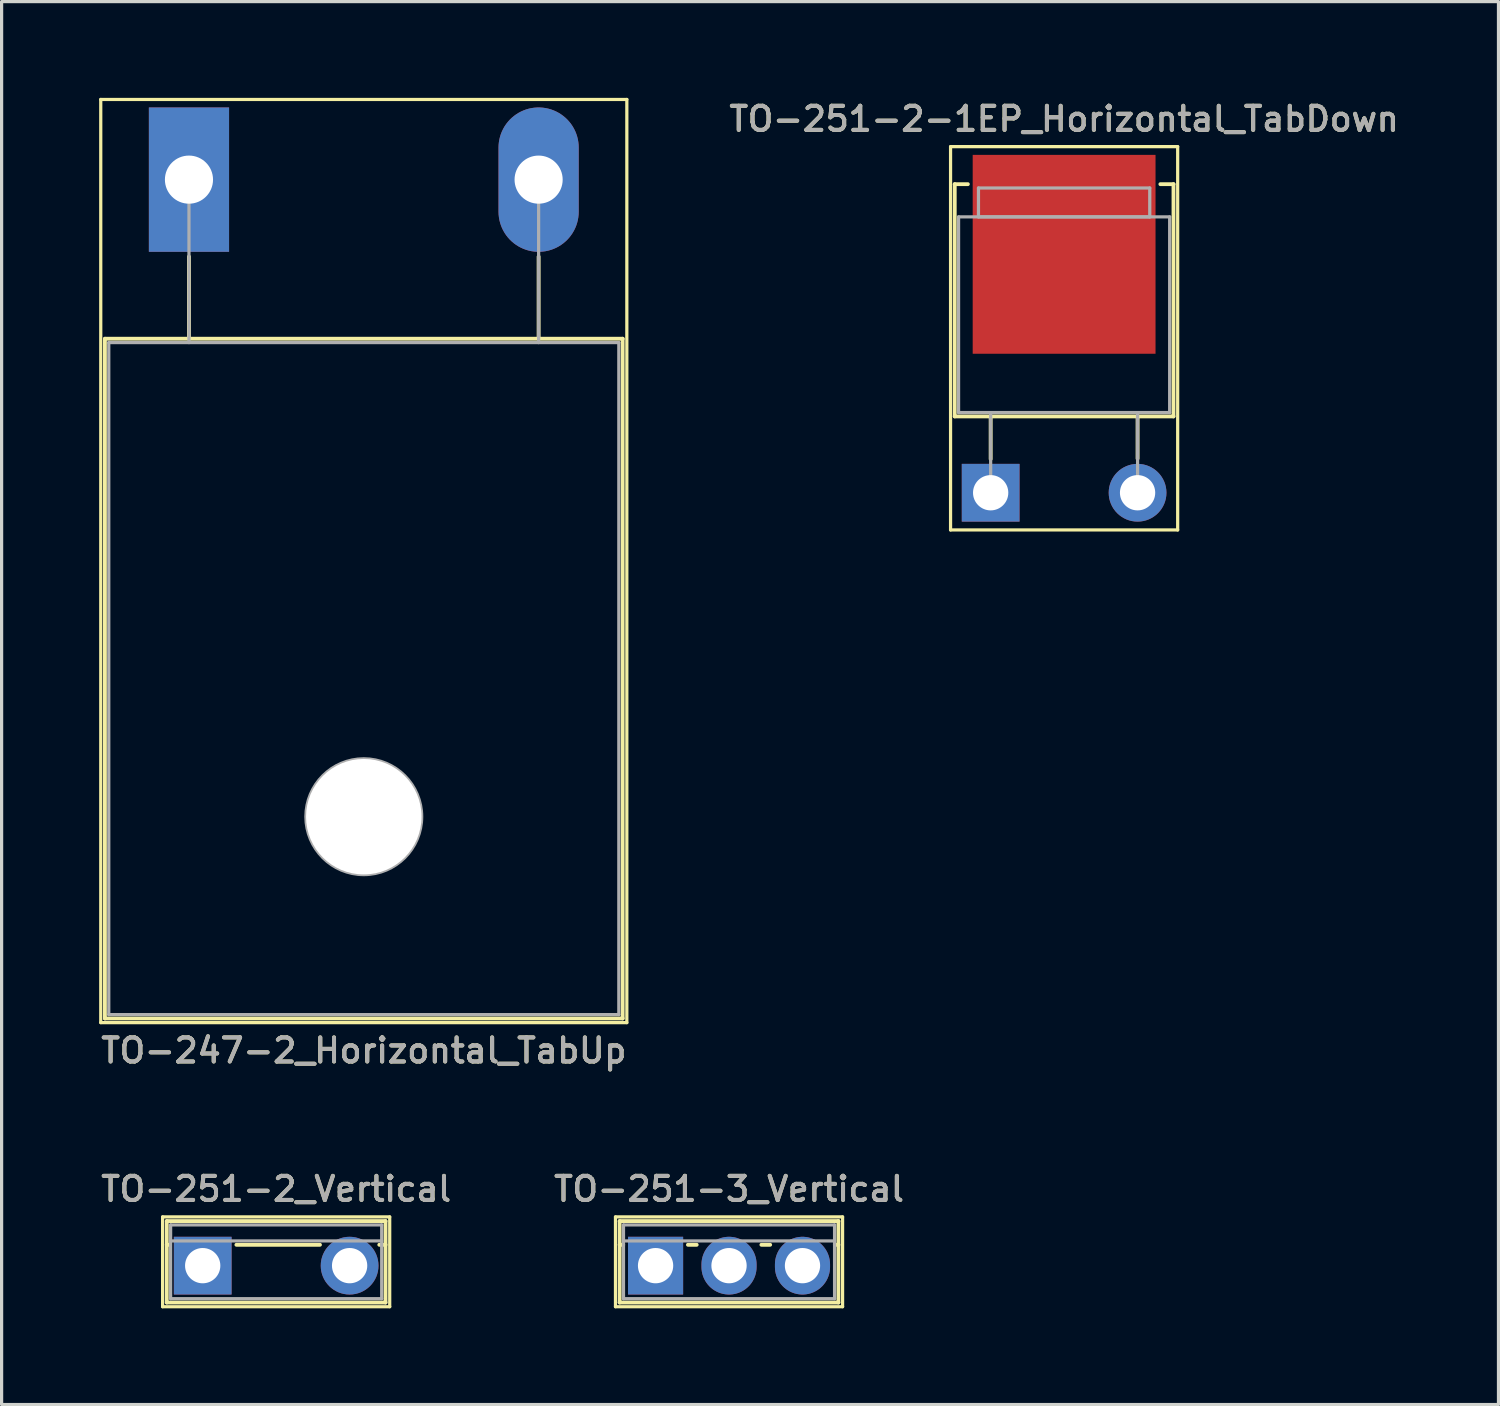
<source format=kicad_pcb>
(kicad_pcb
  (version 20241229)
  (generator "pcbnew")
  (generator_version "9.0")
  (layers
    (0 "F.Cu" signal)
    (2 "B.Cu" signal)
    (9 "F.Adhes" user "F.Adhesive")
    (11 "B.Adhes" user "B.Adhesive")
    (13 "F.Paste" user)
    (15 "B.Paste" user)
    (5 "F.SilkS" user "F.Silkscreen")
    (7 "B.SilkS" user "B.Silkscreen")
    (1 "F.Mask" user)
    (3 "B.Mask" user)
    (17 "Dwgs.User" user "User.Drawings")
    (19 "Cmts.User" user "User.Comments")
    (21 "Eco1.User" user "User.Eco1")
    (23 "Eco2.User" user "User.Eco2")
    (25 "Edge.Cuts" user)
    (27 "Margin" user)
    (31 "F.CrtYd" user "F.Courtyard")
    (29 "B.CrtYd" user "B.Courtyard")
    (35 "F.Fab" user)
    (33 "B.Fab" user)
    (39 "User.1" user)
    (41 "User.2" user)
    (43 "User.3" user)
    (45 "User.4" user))
  (footprint "TO-247-2_Horizontal_TabUp"
    (layer "F.Cu")
    (at 2.841 2.55)
    (property "Reference" "TO-247-2_Horizontal_TabUp" (at 5.45 27.15 0) (layer "F.SilkS") (effects (font (size 0.75 0.75) (thickness 0.125))))
    (attr through_hole)
    (fp_line (start -2.75 -2.5) (end -2.75 26.28) (stroke (width 0.1) (type solid)) (layer "F.SilkS"))
    (fp_line (start -2.75 26.28) (end 13.65 26.28) (stroke (width 0.1) (type solid)) (layer "F.SilkS"))
    (fp_line (start -2.62 4.96) (end -2.62 26.15) (stroke (width 0.12) (type solid)) (layer "F.SilkS"))
    (fp_line (start -2.62 4.96) (end 13.52 4.96) (stroke (width 0.12) (type solid)) (layer "F.SilkS"))
    (fp_line (start -2.62 26.15) (end 13.52 26.15) (stroke (width 0.12) (type solid)) (layer "F.SilkS"))
    (fp_line (start 0 2.4) (end 0 4.96) (stroke (width 0.12) (type solid)) (layer "F.SilkS"))
    (fp_line (start 10.9 2.4) (end 10.9 4.96) (stroke (width 0.12) (type solid)) (layer "F.SilkS"))
    (fp_line (start 13.52 4.96) (end 13.52 26.15) (stroke (width 0.12) (type solid)) (layer "F.SilkS"))
    (fp_line (start 13.65 -2.5) (end -2.75 -2.5) (stroke (width 0.1) (type solid)) (layer "F.SilkS"))
    (fp_line (start 13.65 26.28) (end 13.65 -2.5) (stroke (width 0.1) (type solid)) (layer "F.SilkS"))
    (fp_line (start -2.5 5.08) (end -2.5 26.03) (stroke (width 0.1) (type solid)) (layer "F.Fab"))
    (fp_line (start -2.5 26.03) (end 13.4 26.03) (stroke (width 0.1) (type solid)) (layer "F.Fab"))
    (fp_line (start 0 5.08) (end 0 0) (stroke (width 0.1) (type solid)) (layer "F.Fab"))
    (fp_line (start 10.9 5.08) (end 10.9 0) (stroke (width 0.1) (type solid)) (layer "F.Fab"))
    (fp_line (start 13.4 5.08) (end -2.5 5.08) (stroke (width 0.1) (type solid)) (layer "F.Fab"))
    (fp_line (start 13.4 26.03) (end 13.4 5.08) (stroke (width 0.1) (type solid)) (layer "F.Fab"))
    (fp_circle (center 5.45 19.86) (end 7.255 19.86) (stroke (width 0.1) (type solid)) (fill no) (layer "F.Fab"))
    (fp_text user "${REFERENCE}" (at 5.45 27.15 0) (layer "F.Fab") (effects (font (size 0.75 0.75) (thickness 0.125))))
    (pad "" np_thru_hole circle (at 5.45 19.86) (size 3.6 3.6) (drill 3.6) (layers "*.Cu" "*.Mask"))
    (pad "1" thru_hole rect (at 0 0) (size 2.5 4.5) (drill 1.5) (layers "*.Cu" "*.Mask"))
    (pad "2" thru_hole oval (at 10.9 0) (size 2.5 4.5) (drill 1.5) (layers "*.Cu" "*.Mask")))
  (footprint "TO-251-2_Vertical"
    (layer "F.Cu")
    (at 3.269 36.406)
    (property "Reference" "TO-251-2_Vertical" (at 2.29 -2.39 0) (layer "F.SilkS") (effects (font (size 0.75 0.75) (thickness 0.125))))
    (attr through_hole)
    (fp_line (start -1.25 -1.52) (end -1.25 1.28) (stroke (width 0.1) (type solid)) (layer "F.SilkS"))
    (fp_line (start -1.25 1.28) (end 5.83 1.28) (stroke (width 0.1) (type solid)) (layer "F.SilkS"))
    (fp_line (start -1.12 -1.39) (end -1.12 1.15) (stroke (width 0.12) (type solid)) (layer "F.SilkS"))
    (fp_line (start -1.12 -1.39) (end 5.7 -1.39) (stroke (width 0.12) (type solid)) (layer "F.SilkS"))
    (fp_line (start -1.12 -0.651) (end -1.05 -0.651) (stroke (width 0.12) (type solid)) (layer "F.SilkS"))
    (fp_line (start -1.12 1.15) (end 5.7 1.15) (stroke (width 0.12) (type solid)) (layer "F.SilkS"))
    (fp_line (start 1.05 -0.651) (end 3.656 -0.651) (stroke (width 0.12) (type solid)) (layer "F.SilkS"))
    (fp_line (start 5.505 -0.651) (end 5.7 -0.651) (stroke (width 0.12) (type solid)) (layer "F.SilkS"))
    (fp_line (start 5.7 -1.39) (end 5.7 1.15) (stroke (width 0.12) (type solid)) (layer "F.SilkS"))
    (fp_line (start 5.83 -1.52) (end -1.25 -1.52) (stroke (width 0.1) (type solid)) (layer "F.SilkS"))
    (fp_line (start 5.83 1.28) (end 5.83 -1.52) (stroke (width 0.1) (type solid)) (layer "F.SilkS"))
    (fp_line (start -1 -1.27) (end -1 1.03) (stroke (width 0.1) (type solid)) (layer "F.Fab"))
    (fp_line (start -1 -0.77) (end 5.58 -0.77) (stroke (width 0.1) (type solid)) (layer "F.Fab"))
    (fp_line (start -1 1.03) (end 5.58 1.03) (stroke (width 0.1) (type solid)) (layer "F.Fab"))
    (fp_line (start 5.58 -1.27) (end -1 -1.27) (stroke (width 0.1) (type solid)) (layer "F.Fab"))
    (fp_line (start 5.58 1.03) (end 5.58 -1.27) (stroke (width 0.1) (type solid)) (layer "F.Fab"))
    (fp_text user "${REFERENCE}" (at 2.29 -2.39 0) (layer "F.Fab") (effects (font (size 0.75 0.75) (thickness 0.125))))
    (pad "1" thru_hole rect (at 0 0) (size 1.8 1.8) (drill 1.1) (layers "*.Cu" "*.Mask"))
    (pad "2" thru_hole circle (at 4.58 0) (size 1.8 1.8) (drill 1.1) (layers "*.Cu" "*.Mask")))
  (footprint "TO-251-2-1EP_Horizontal_TabDown"
    (layer "F.Cu")
    (at 27.833 12.311)
    (property "Reference" "TO-251-2-1EP_Horizontal_TabDown" (at 2.29 -11.653 0) (layer "F.SilkS") (effects (font (size 0.75 0.75) (thickness 0.125))))
    (attr through_hole)
    (fp_line (start -1.25 -10.79) (end -1.25 1.16) (stroke (width 0.1) (type solid)) (layer "F.SilkS"))
    (fp_line (start -1.25 1.16) (end 5.83 1.16) (stroke (width 0.1) (type solid)) (layer "F.SilkS"))
    (fp_line (start -1.12 -9.62) (end -1.12 -2.38) (stroke (width 0.12) (type solid)) (layer "F.SilkS"))
    (fp_line (start -1.12 -9.62) (end -0.711 -9.62) (stroke (width 0.12) (type solid)) (layer "F.SilkS"))
    (fp_line (start -1.12 -2.38) (end 5.7 -2.38) (stroke (width 0.12) (type solid)) (layer "F.SilkS"))
    (fp_line (start 0 -2.38) (end 0 -1.05) (stroke (width 0.12) (type solid)) (layer "F.SilkS"))
    (fp_line (start 4.58 -2.38) (end 4.58 -1.066) (stroke (width 0.12) (type solid)) (layer "F.SilkS"))
    (fp_line (start 5.291 -9.62) (end 5.7 -9.62) (stroke (width 0.12) (type solid)) (layer "F.SilkS"))
    (fp_line (start 5.7 -9.62) (end 5.7 -2.38) (stroke (width 0.12) (type solid)) (layer "F.SilkS"))
    (fp_line (start 5.83 -10.79) (end -1.25 -10.79) (stroke (width 0.1) (type solid)) (layer "F.SilkS"))
    (fp_line (start 5.83 1.16) (end 5.83 -10.79) (stroke (width 0.1) (type solid)) (layer "F.SilkS"))
    (fp_line (start -1 -8.6) (end 5.58 -8.6) (stroke (width 0.1) (type solid)) (layer "F.Fab"))
    (fp_line (start -1 -2.5) (end -1 -8.6) (stroke (width 0.1) (type solid)) (layer "F.Fab"))
    (fp_line (start -0.38 -9.5) (end 4.96 -9.5) (stroke (width 0.1) (type solid)) (layer "F.Fab"))
    (fp_line (start -0.38 -8.6) (end -0.38 -9.5) (stroke (width 0.1) (type solid)) (layer "F.Fab"))
    (fp_line (start 0 -2.5) (end 0 0) (stroke (width 0.1) (type solid)) (layer "F.Fab"))
    (fp_line (start 4.58 -2.5) (end 4.58 0) (stroke (width 0.1) (type solid)) (layer "F.Fab"))
    (fp_line (start 4.96 -9.5) (end 4.96 -8.6) (stroke (width 0.1) (type solid)) (layer "F.Fab"))
    (fp_line (start 4.96 -8.6) (end -0.38 -8.6) (stroke (width 0.1) (type solid)) (layer "F.Fab"))
    (fp_line (start 5.58 -8.6) (end 5.58 -2.5) (stroke (width 0.1) (type solid)) (layer "F.Fab"))
    (fp_line (start 5.58 -2.5) (end -1 -2.5) (stroke (width 0.1) (type solid)) (layer "F.Fab"))
    (fp_text user "${REFERENCE}" (at 2.29 -11.653 0) (layer "F.Fab") (effects (font (size 0.75 0.75) (thickness 0.125))))
    (pad "1" thru_hole rect (at 0 0) (size 1.8 1.8) (drill 1.1) (layers "*.Cu" "*.Mask"))
    (pad "2" thru_hole circle (at 4.58 0) (size 1.8 1.8) (drill 1.1) (layers "*.Cu" "*.Mask"))
    (pad "3" smd rect (at 2.29 -7.433) (size 5.7 6.2) (layers "F.Cu" "F.Mask" "F.Paste")))
  (footprint "TO-251-3_Vertical"
    (layer "F.Cu")
    (at 17.387 36.406)
    (property "Reference" "TO-251-3_Vertical" (at 2.29 -2.39 0) (layer "F.SilkS") (effects (font (size 0.75 0.75) (thickness 0.125))))
    (attr through_hole)
    (fp_line (start -1.25 -1.52) (end -1.25 1.28) (stroke (width 0.1) (type solid)) (layer "F.SilkS"))
    (fp_line (start -1.25 1.28) (end 5.83 1.28) (stroke (width 0.1) (type solid)) (layer "F.SilkS"))
    (fp_line (start -1.12 -1.39) (end -1.12 1.15) (stroke (width 0.12) (type solid)) (layer "F.SilkS"))
    (fp_line (start -1.12 -1.39) (end 5.7 -1.39) (stroke (width 0.12) (type solid)) (layer "F.SilkS"))
    (fp_line (start -1.12 -0.651) (end -1.009 -0.651) (stroke (width 0.12) (type solid)) (layer "F.SilkS"))
    (fp_line (start -1.12 1.15) (end 5.7 1.15) (stroke (width 0.12) (type solid)) (layer "F.SilkS"))
    (fp_line (start 1.009 -0.651) (end 1.282 -0.651) (stroke (width 0.12) (type solid)) (layer "F.SilkS"))
    (fp_line (start 3.299 -0.651) (end 3.572 -0.651) (stroke (width 0.12) (type solid)) (layer "F.SilkS"))
    (fp_line (start 5.589 -0.651) (end 5.7 -0.651) (stroke (width 0.12) (type solid)) (layer "F.SilkS"))
    (fp_line (start 5.7 -1.39) (end 5.7 1.15) (stroke (width 0.12) (type solid)) (layer "F.SilkS"))
    (fp_line (start 5.83 -1.52) (end -1.25 -1.52) (stroke (width 0.1) (type solid)) (layer "F.SilkS"))
    (fp_line (start 5.83 1.28) (end 5.83 -1.52) (stroke (width 0.1) (type solid)) (layer "F.SilkS"))
    (fp_line (start -1 -1.27) (end -1 1.03) (stroke (width 0.1) (type solid)) (layer "F.Fab"))
    (fp_line (start -1 -0.77) (end 5.58 -0.77) (stroke (width 0.1) (type solid)) (layer "F.Fab"))
    (fp_line (start -1 1.03) (end 5.58 1.03) (stroke (width 0.1) (type solid)) (layer "F.Fab"))
    (fp_line (start 5.58 -1.27) (end -1 -1.27) (stroke (width 0.1) (type solid)) (layer "F.Fab"))
    (fp_line (start 5.58 1.03) (end 5.58 -1.27) (stroke (width 0.1) (type solid)) (layer "F.Fab"))
    (fp_text user "${REFERENCE}" (at 2.29 -2.39 0) (layer "F.Fab") (effects (font (size 0.75 0.75) (thickness 0.125))))
    (pad "1" thru_hole rect (at 0 0) (size 1.718 1.8) (drill 1.1) (layers "*.Cu" "*.Mask"))
    (pad "2" thru_hole oval (at 2.29 0) (size 1.718 1.8) (drill 1.1) (layers "*.Cu" "*.Mask"))
    (pad "3" thru_hole oval (at 4.58 0) (size 1.718 1.8) (drill 1.1) (layers "*.Cu" "*.Mask")))
  (gr_rect
    (start -3 -3)
    (end 43.664 40.736)
    (stroke (width 0.1) (type default))
    (fill no)
    (layer "Edge.Cuts")))
</source>
